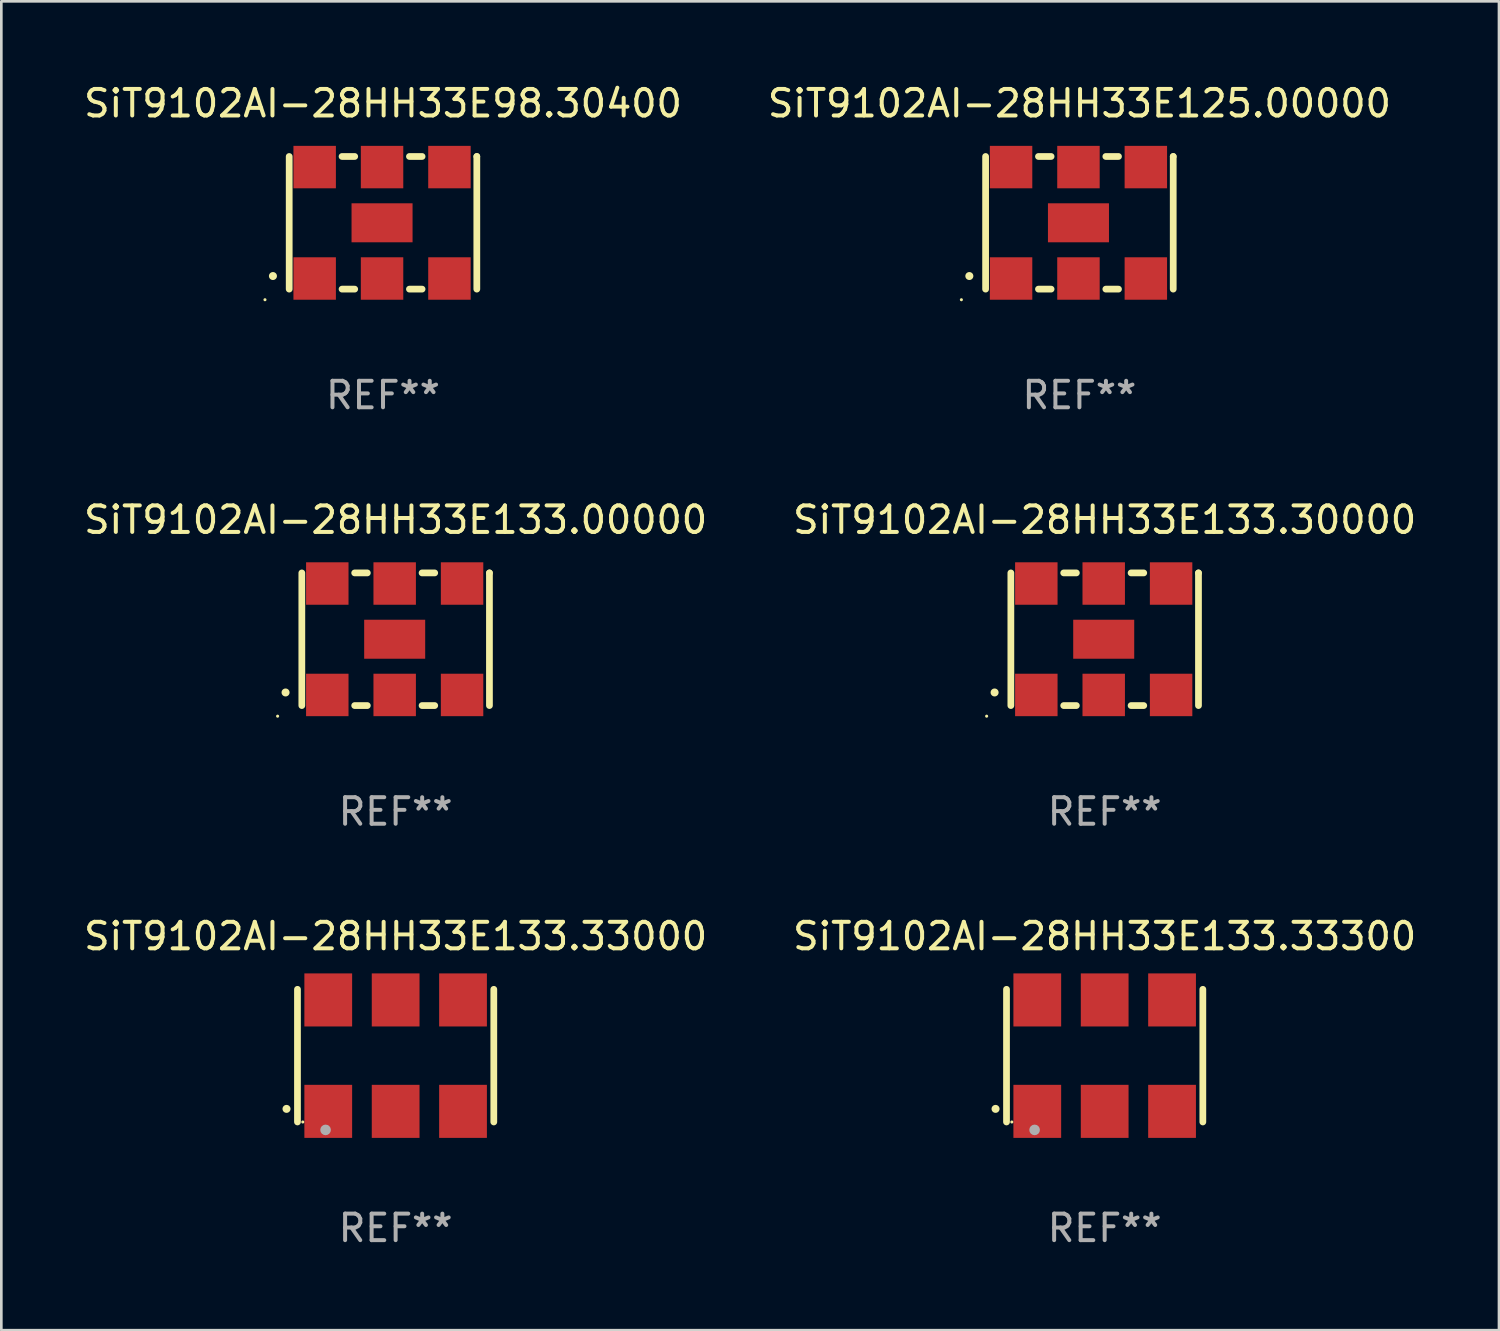
<source format=kicad_pcb>
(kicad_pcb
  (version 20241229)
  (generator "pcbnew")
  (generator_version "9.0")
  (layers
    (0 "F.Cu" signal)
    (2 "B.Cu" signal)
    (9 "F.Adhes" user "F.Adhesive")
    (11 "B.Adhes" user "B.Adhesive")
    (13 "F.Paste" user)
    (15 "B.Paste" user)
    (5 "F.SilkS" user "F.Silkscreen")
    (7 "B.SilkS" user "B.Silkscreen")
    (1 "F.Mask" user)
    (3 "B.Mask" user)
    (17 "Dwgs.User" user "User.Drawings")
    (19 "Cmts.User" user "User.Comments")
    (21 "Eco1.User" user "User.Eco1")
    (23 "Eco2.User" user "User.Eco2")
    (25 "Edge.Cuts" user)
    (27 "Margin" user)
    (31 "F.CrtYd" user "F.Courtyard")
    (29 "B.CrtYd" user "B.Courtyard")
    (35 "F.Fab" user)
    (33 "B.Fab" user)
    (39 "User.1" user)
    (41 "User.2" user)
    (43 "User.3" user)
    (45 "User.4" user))
  (footprint "SiT9102AI-28HH33E133.33000"
    (layer "F.Cu")
    (at 11.863 36.741)
    (property "Reference" "SiT9102AI-28HH33E133.33000" (at 0 -4.5 0) (layer "F.SilkS") (effects (font (size 1 1) (thickness 0.15))))
    (attr through_hole)
    (fp_line (start -3.7 -2.5) (end -3.7 2.5) (stroke (width 0.254) (type solid)) (layer "F.SilkS"))
    (fp_line (start 3.7 -2.5) (end 3.7 2.5) (stroke (width 0.254) (type solid)) (layer "F.SilkS"))
    (fp_arc (start -4.114415 2.006604) (mid -4.113145 2.006599) (end -4.111875 2.006604) (stroke (width 0.3) (type solid)) (layer "F.SilkS"))
    (fp_circle (center -3.5 2.501) (end -3.47 2.501) (stroke (width 0.06) (type solid)) (fill no) (layer "F.SilkS"))
    (fp_circle (center -2.641 2.799) (end -2.541 2.799) (stroke (width 0.2) (type solid)) (fill no) (layer "F.Fab"))
    (fp_text user "REF**" (at 0 6.5 0) (layer "F.Fab") (effects (font (size 1 1) (thickness 0.15))))
    (pad "1" smd rect (at -2.54 2.1) (size 1.8 2) (layers "F.Cu" "F.Mask" "F.Paste"))
    (pad "2" smd rect (at 0.000394 2.1) (size 1.8 2) (layers "F.Cu" "F.Mask" "F.Paste"))
    (pad "3" smd rect (at 2.54 2.1) (size 1.8 2) (layers "F.Cu" "F.Mask" "F.Paste"))
    (pad "4" smd rect (at 2.54 -2.1) (size 1.8 2) (layers "F.Cu" "F.Mask" "F.Paste"))
    (pad "5" smd rect (at 0.000394 -2.1) (size 1.8 2) (layers "F.Cu" "F.Mask" "F.Paste"))
    (pad "6" smd rect (at -2.54 -2.1) (size 1.8 2) (layers "F.Cu" "F.Mask" "F.Paste")))
  (footprint "SiT9102AI-28HH33E133.33300"
    (layer "F.Cu")
    (at 38.589 36.741)
    (property "Reference" "SiT9102AI-28HH33E133.33300" (at 0 -4.5 0) (layer "F.SilkS") (effects (font (size 1 1) (thickness 0.15))))
    (attr through_hole)
    (fp_line (start -3.7 -2.5) (end -3.7 2.5) (stroke (width 0.254) (type solid)) (layer "F.SilkS"))
    (fp_line (start 3.7 -2.5) (end 3.7 2.5) (stroke (width 0.254) (type solid)) (layer "F.SilkS"))
    (fp_arc (start -4.114415 2.006604) (mid -4.113145 2.006599) (end -4.111875 2.006604) (stroke (width 0.3) (type solid)) (layer "F.SilkS"))
    (fp_circle (center -3.5 2.501) (end -3.47 2.501) (stroke (width 0.06) (type solid)) (fill no) (layer "F.SilkS"))
    (fp_circle (center -2.641 2.799) (end -2.541 2.799) (stroke (width 0.2) (type solid)) (fill no) (layer "F.Fab"))
    (fp_text user "REF**" (at 0 6.5 0) (layer "F.Fab") (effects (font (size 1 1) (thickness 0.15))))
    (pad "1" smd rect (at -2.54 2.1) (size 1.8 2) (layers "F.Cu" "F.Mask" "F.Paste"))
    (pad "2" smd rect (at 0.000394 2.1) (size 1.8 2) (layers "F.Cu" "F.Mask" "F.Paste"))
    (pad "3" smd rect (at 2.54 2.1) (size 1.8 2) (layers "F.Cu" "F.Mask" "F.Paste"))
    (pad "4" smd rect (at 2.54 -2.1) (size 1.8 2) (layers "F.Cu" "F.Mask" "F.Paste"))
    (pad "5" smd rect (at 0.000394 -2.1) (size 1.8 2) (layers "F.Cu" "F.Mask" "F.Paste"))
    (pad "6" smd rect (at -2.54 -2.1) (size 1.8 2) (layers "F.Cu" "F.Mask" "F.Paste")))
  (footprint "SiT9102AI-28HH33E125.00000"
    (layer "F.Cu")
    (at 37.637 5.348)
    (property "Reference" "SiT9102AI-28HH33E125.00000" (at 0 -4.5 0) (layer "F.SilkS") (effects (font (size 1 1) (thickness 0.15))))
    (attr through_hole)
    (fp_line (start -3.536 -2.5) (end -3.536 2.5) (stroke (width 0.254) (type solid)) (layer "F.SilkS"))
    (fp_line (start -1.544 2.5) (end -1.067 2.5) (stroke (width 0.254) (type solid)) (layer "F.SilkS"))
    (fp_line (start -1.067 -2.5) (end -1.544 -2.5) (stroke (width 0.254) (type solid)) (layer "F.SilkS"))
    (fp_line (start 0.996 2.5) (end 1.473 2.5) (stroke (width 0.254) (type solid)) (layer "F.SilkS"))
    (fp_line (start 1.473 -2.5) (end 0.996 -2.5) (stroke (width 0.254) (type solid)) (layer "F.SilkS"))
    (fp_line (start 3.536 -2.5) (end 3.536 -2.5) (stroke (width 0.254) (type solid)) (layer "F.SilkS"))
    (fp_line (start 3.536 2.5) (end 3.536 -2.5) (stroke (width 0.254) (type solid)) (layer "F.SilkS"))
    (fp_arc (start -4.150432 2.006604) (mid -4.149162 2.006599) (end -4.147892 2.006604) (stroke (width 0.3) (type solid)) (layer "F.SilkS"))
    (fp_circle (center -4.449 2.9) (end -4.419 2.9) (stroke (width 0.06) (type solid)) (fill no) (layer "F.SilkS"))
    (fp_text user "REF**" (at 0 6.5 0) (layer "F.Fab") (effects (font (size 1 1) (thickness 0.15))))
    (pad "1" smd rect (at -2.576 2.1) (size 1.6 1.6) (layers "F.Cu" "F.Mask" "F.Paste"))
    (pad "2" smd rect (at -0.036 2.1) (size 1.6 1.6) (layers "F.Cu" "F.Mask" "F.Paste"))
    (pad "3" smd rect (at 2.504 2.1) (size 1.6 1.6) (layers "F.Cu" "F.Mask" "F.Paste"))
    (pad "4" smd rect (at 2.504 -2.1) (size 1.6 1.6) (layers "F.Cu" "F.Mask" "F.Paste"))
    (pad "5" smd rect (at -0.036 -2.1) (size 1.6 1.6) (layers "F.Cu" "F.Mask" "F.Paste"))
    (pad "6" smd rect (at -2.576 -2.1) (size 1.6 1.6) (layers "F.Cu" "F.Mask" "F.Paste"))
    (pad "7" smd rect (at -0.036 0) (size 2.3 1.47) (layers "F.Cu" "F.Mask" "F.Paste")))
  (footprint "SiT9102AI-28HH33E98.30400"
    (layer "F.Cu")
    (at 11.387 5.348)
    (property "Reference" "SiT9102AI-28HH33E98.30400" (at 0 -4.5 0) (layer "F.SilkS") (effects (font (size 1 1) (thickness 0.15))))
    (attr through_hole)
    (fp_line (start -3.536 -2.5) (end -3.536 2.5) (stroke (width 0.254) (type solid)) (layer "F.SilkS"))
    (fp_line (start -1.544 2.5) (end -1.067 2.5) (stroke (width 0.254) (type solid)) (layer "F.SilkS"))
    (fp_line (start -1.067 -2.5) (end -1.544 -2.5) (stroke (width 0.254) (type solid)) (layer "F.SilkS"))
    (fp_line (start 0.996 2.5) (end 1.473 2.5) (stroke (width 0.254) (type solid)) (layer "F.SilkS"))
    (fp_line (start 1.473 -2.5) (end 0.996 -2.5) (stroke (width 0.254) (type solid)) (layer "F.SilkS"))
    (fp_line (start 3.536 -2.5) (end 3.536 -2.5) (stroke (width 0.254) (type solid)) (layer "F.SilkS"))
    (fp_line (start 3.536 2.5) (end 3.536 -2.5) (stroke (width 0.254) (type solid)) (layer "F.SilkS"))
    (fp_arc (start -4.150432 2.006604) (mid -4.149162 2.006599) (end -4.147892 2.006604) (stroke (width 0.3) (type solid)) (layer "F.SilkS"))
    (fp_circle (center -4.449 2.9) (end -4.419 2.9) (stroke (width 0.06) (type solid)) (fill no) (layer "F.SilkS"))
    (fp_text user "REF**" (at 0 6.5 0) (layer "F.Fab") (effects (font (size 1 1) (thickness 0.15))))
    (pad "1" smd rect (at -2.576 2.1) (size 1.6 1.6) (layers "F.Cu" "F.Mask" "F.Paste"))
    (pad "2" smd rect (at -0.036 2.1) (size 1.6 1.6) (layers "F.Cu" "F.Mask" "F.Paste"))
    (pad "3" smd rect (at 2.504 2.1) (size 1.6 1.6) (layers "F.Cu" "F.Mask" "F.Paste"))
    (pad "4" smd rect (at 2.504 -2.1) (size 1.6 1.6) (layers "F.Cu" "F.Mask" "F.Paste"))
    (pad "5" smd rect (at -0.036 -2.1) (size 1.6 1.6) (layers "F.Cu" "F.Mask" "F.Paste"))
    (pad "6" smd rect (at -2.576 -2.1) (size 1.6 1.6) (layers "F.Cu" "F.Mask" "F.Paste"))
    (pad "7" smd rect (at -0.036 0) (size 2.3 1.47) (layers "F.Cu" "F.Mask" "F.Paste")))
  (footprint "SiT9102AI-28HH33E133.30000"
    (layer "F.Cu")
    (at 38.589 21.045)
    (property "Reference" "SiT9102AI-28HH33E133.30000" (at 0 -4.5 0) (layer "F.SilkS") (effects (font (size 1 1) (thickness 0.15))))
    (attr through_hole)
    (fp_line (start -3.536 -2.5) (end -3.536 2.5) (stroke (width 0.254) (type solid)) (layer "F.SilkS"))
    (fp_line (start -1.544 2.5) (end -1.067 2.5) (stroke (width 0.254) (type solid)) (layer "F.SilkS"))
    (fp_line (start -1.067 -2.5) (end -1.544 -2.5) (stroke (width 0.254) (type solid)) (layer "F.SilkS"))
    (fp_line (start 0.996 2.5) (end 1.473 2.5) (stroke (width 0.254) (type solid)) (layer "F.SilkS"))
    (fp_line (start 1.473 -2.5) (end 0.996 -2.5) (stroke (width 0.254) (type solid)) (layer "F.SilkS"))
    (fp_line (start 3.536 -2.5) (end 3.536 -2.5) (stroke (width 0.254) (type solid)) (layer "F.SilkS"))
    (fp_line (start 3.536 2.5) (end 3.536 -2.5) (stroke (width 0.254) (type solid)) (layer "F.SilkS"))
    (fp_arc (start -4.150432 2.006604) (mid -4.149162 2.006599) (end -4.147892 2.006604) (stroke (width 0.3) (type solid)) (layer "F.SilkS"))
    (fp_circle (center -4.449 2.9) (end -4.419 2.9) (stroke (width 0.06) (type solid)) (fill no) (layer "F.SilkS"))
    (fp_text user "REF**" (at 0 6.5 0) (layer "F.Fab") (effects (font (size 1 1) (thickness 0.15))))
    (pad "1" smd rect (at -2.576 2.1) (size 1.6 1.6) (layers "F.Cu" "F.Mask" "F.Paste"))
    (pad "2" smd rect (at -0.036 2.1) (size 1.6 1.6) (layers "F.Cu" "F.Mask" "F.Paste"))
    (pad "3" smd rect (at 2.504 2.1) (size 1.6 1.6) (layers "F.Cu" "F.Mask" "F.Paste"))
    (pad "4" smd rect (at 2.504 -2.1) (size 1.6 1.6) (layers "F.Cu" "F.Mask" "F.Paste"))
    (pad "5" smd rect (at -0.036 -2.1) (size 1.6 1.6) (layers "F.Cu" "F.Mask" "F.Paste"))
    (pad "6" smd rect (at -2.576 -2.1) (size 1.6 1.6) (layers "F.Cu" "F.Mask" "F.Paste"))
    (pad "7" smd rect (at -0.036 0) (size 2.3 1.47) (layers "F.Cu" "F.Mask" "F.Paste")))
  (footprint "SiT9102AI-28HH33E133.00000"
    (layer "F.Cu")
    (at 11.863 21.045)
    (property "Reference" "SiT9102AI-28HH33E133.00000" (at 0 -4.5 0) (layer "F.SilkS") (effects (font (size 1 1) (thickness 0.15))))
    (attr through_hole)
    (fp_line (start -3.536 -2.5) (end -3.536 2.5) (stroke (width 0.254) (type solid)) (layer "F.SilkS"))
    (fp_line (start -1.544 2.5) (end -1.067 2.5) (stroke (width 0.254) (type solid)) (layer "F.SilkS"))
    (fp_line (start -1.067 -2.5) (end -1.544 -2.5) (stroke (width 0.254) (type solid)) (layer "F.SilkS"))
    (fp_line (start 0.996 2.5) (end 1.473 2.5) (stroke (width 0.254) (type solid)) (layer "F.SilkS"))
    (fp_line (start 1.473 -2.5) (end 0.996 -2.5) (stroke (width 0.254) (type solid)) (layer "F.SilkS"))
    (fp_line (start 3.536 -2.5) (end 3.536 -2.5) (stroke (width 0.254) (type solid)) (layer "F.SilkS"))
    (fp_line (start 3.536 2.5) (end 3.536 -2.5) (stroke (width 0.254) (type solid)) (layer "F.SilkS"))
    (fp_arc (start -4.150432 2.006604) (mid -4.149162 2.006599) (end -4.147892 2.006604) (stroke (width 0.3) (type solid)) (layer "F.SilkS"))
    (fp_circle (center -4.449 2.9) (end -4.419 2.9) (stroke (width 0.06) (type solid)) (fill no) (layer "F.SilkS"))
    (fp_text user "REF**" (at 0 6.5 0) (layer "F.Fab") (effects (font (size 1 1) (thickness 0.15))))
    (pad "1" smd rect (at -2.576 2.1) (size 1.6 1.6) (layers "F.Cu" "F.Mask" "F.Paste"))
    (pad "2" smd rect (at -0.036 2.1) (size 1.6 1.6) (layers "F.Cu" "F.Mask" "F.Paste"))
    (pad "3" smd rect (at 2.504 2.1) (size 1.6 1.6) (layers "F.Cu" "F.Mask" "F.Paste"))
    (pad "4" smd rect (at 2.504 -2.1) (size 1.6 1.6) (layers "F.Cu" "F.Mask" "F.Paste"))
    (pad "5" smd rect (at -0.036 -2.1) (size 1.6 1.6) (layers "F.Cu" "F.Mask" "F.Paste"))
    (pad "6" smd rect (at -2.576 -2.1) (size 1.6 1.6) (layers "F.Cu" "F.Mask" "F.Paste"))
    (pad "7" smd rect (at -0.036 0) (size 2.3 1.47) (layers "F.Cu" "F.Mask" "F.Paste")))
  (gr_rect
    (start -3 -3)
    (end 53.452 47.09)
    (stroke (width 0.1) (type default))
    (fill no)
    (layer "Edge.Cuts")))
</source>
